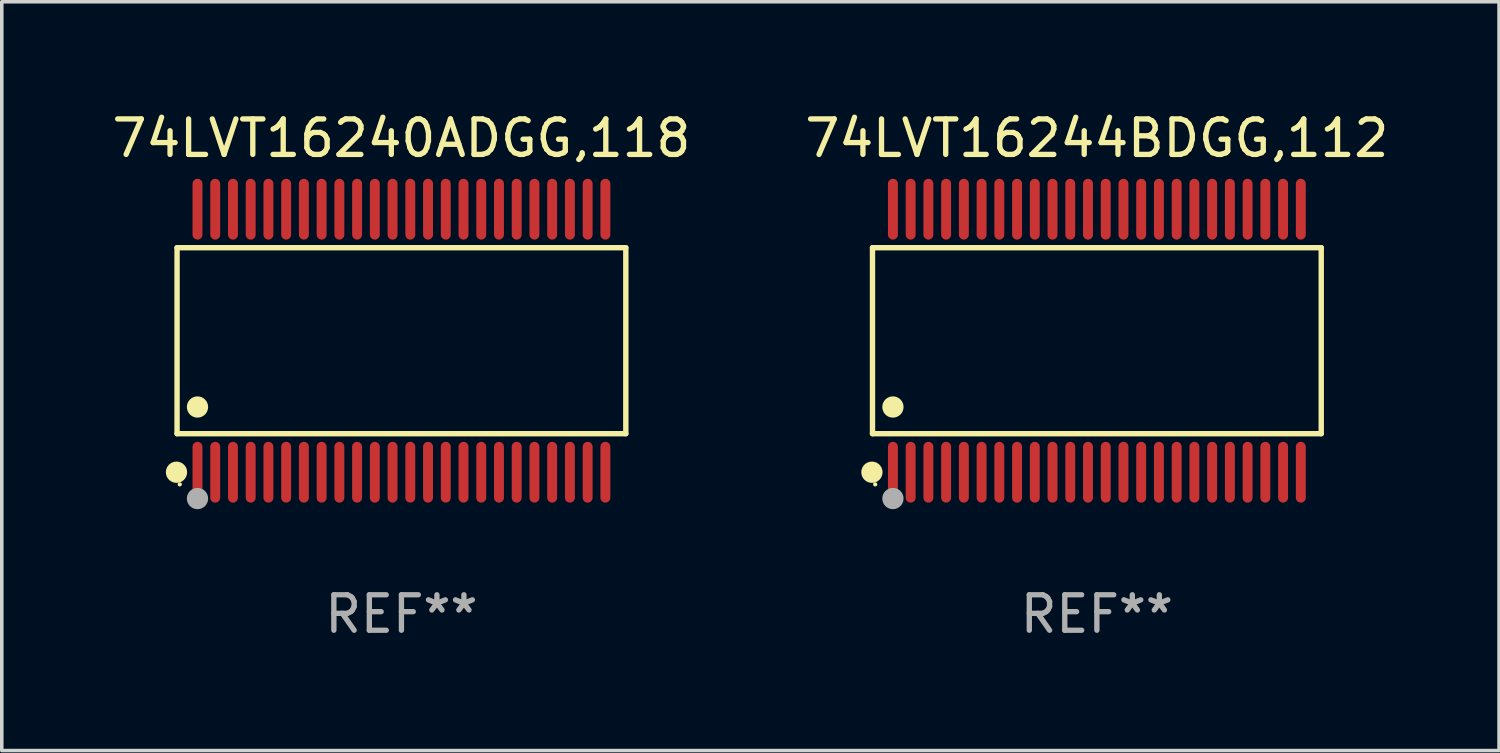
<source format=kicad_pcb>
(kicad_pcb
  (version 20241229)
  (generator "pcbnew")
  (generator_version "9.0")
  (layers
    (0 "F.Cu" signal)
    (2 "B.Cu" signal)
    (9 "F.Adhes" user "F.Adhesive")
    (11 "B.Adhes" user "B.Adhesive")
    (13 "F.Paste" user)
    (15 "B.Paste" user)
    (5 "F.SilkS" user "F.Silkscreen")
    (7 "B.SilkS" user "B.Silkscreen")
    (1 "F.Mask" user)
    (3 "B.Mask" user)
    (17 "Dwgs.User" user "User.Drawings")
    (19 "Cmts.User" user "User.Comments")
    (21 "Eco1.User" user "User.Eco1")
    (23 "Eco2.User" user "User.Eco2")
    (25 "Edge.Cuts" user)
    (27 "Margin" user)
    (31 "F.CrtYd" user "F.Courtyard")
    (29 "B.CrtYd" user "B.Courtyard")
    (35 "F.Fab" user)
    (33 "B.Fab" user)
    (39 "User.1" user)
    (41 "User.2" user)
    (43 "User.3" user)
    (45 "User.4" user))
  (footprint "74LVT16240ADGG,118"
    (layer "F.Cu")
    (at 8.268 6.556)
    (property "Reference" "74LVT16240ADGG,118" (at 0 -5.708 0) (layer "F.SilkS") (effects (font (size 1 1) (thickness 0.15))))
    (attr through_hole)
    (fp_line (start -6.326 -2.622) (end 6.326 -2.622) (stroke (width 0.152) (type solid)) (layer "F.SilkS"))
    (fp_line (start -6.326 2.621) (end -6.326 -2.622) (stroke (width 0.152) (type solid)) (layer "F.SilkS"))
    (fp_line (start 6.326 -2.622) (end 6.326 2.621) (stroke (width 0.152) (type solid)) (layer "F.SilkS"))
    (fp_line (start 6.326 2.621) (end -6.326 2.621) (stroke (width 0.152) (type solid)) (layer "F.SilkS"))
    (fp_circle (center -6.342 3.708) (end -6.192 3.708) (stroke (width 0.3) (type solid)) (fill no) (layer "F.SilkS"))
    (fp_circle (center -6.25 4.05) (end -6.22 4.05) (stroke (width 0.06) (type solid)) (fill no) (layer "F.SilkS"))
    (fp_circle (center -5.75 1.869) (end -5.6 1.869) (stroke (width 0.3) (type solid)) (fill no) (layer "F.SilkS"))
    (fp_circle (center -5.75 4.45) (end -5.6 4.45) (stroke (width 0.3) (type solid)) (fill no) (layer "F.Fab"))
    (fp_text user "REF**" (at 0 7.708 0) (layer "F.Fab") (effects (font (size 1 1) (thickness 0.15))))
    (pad "1" smd oval (at -5.75 3.708) (size 0.28 1.715) (layers "F.Cu" "F.Mask" "F.Paste"))
    (pad "2" smd oval (at -5.25 3.708) (size 0.28 1.715) (layers "F.Cu" "F.Mask" "F.Paste"))
    (pad "3" smd oval (at -4.75 3.708) (size 0.28 1.715) (layers "F.Cu" "F.Mask" "F.Paste"))
    (pad "4" smd oval (at -4.25 3.708) (size 0.28 1.715) (layers "F.Cu" "F.Mask" "F.Paste"))
    (pad "5" smd oval (at -3.75 3.708) (size 0.28 1.715) (layers "F.Cu" "F.Mask" "F.Paste"))
    (pad "6" smd oval (at -3.25 3.708) (size 0.28 1.715) (layers "F.Cu" "F.Mask" "F.Paste"))
    (pad "7" smd oval (at -2.75 3.708) (size 0.28 1.715) (layers "F.Cu" "F.Mask" "F.Paste"))
    (pad "8" smd oval (at -2.25 3.708) (size 0.28 1.715) (layers "F.Cu" "F.Mask" "F.Paste"))
    (pad "9" smd oval (at -1.75 3.708) (size 0.28 1.715) (layers "F.Cu" "F.Mask" "F.Paste"))
    (pad "10" smd oval (at -1.25 3.708) (size 0.28 1.715) (layers "F.Cu" "F.Mask" "F.Paste"))
    (pad "11" smd oval (at -0.75 3.708) (size 0.28 1.715) (layers "F.Cu" "F.Mask" "F.Paste"))
    (pad "12" smd oval (at -0.25 3.708) (size 0.28 1.715) (layers "F.Cu" "F.Mask" "F.Paste"))
    (pad "13" smd oval (at 0.25 3.708) (size 0.28 1.715) (layers "F.Cu" "F.Mask" "F.Paste"))
    (pad "14" smd oval (at 0.75 3.708) (size 0.28 1.715) (layers "F.Cu" "F.Mask" "F.Paste"))
    (pad "15" smd oval (at 1.25 3.708) (size 0.28 1.715) (layers "F.Cu" "F.Mask" "F.Paste"))
    (pad "16" smd oval (at 1.75 3.708) (size 0.28 1.715) (layers "F.Cu" "F.Mask" "F.Paste"))
    (pad "17" smd oval (at 2.25 3.708) (size 0.28 1.715) (layers "F.Cu" "F.Mask" "F.Paste"))
    (pad "18" smd oval (at 2.75 3.708) (size 0.28 1.715) (layers "F.Cu" "F.Mask" "F.Paste"))
    (pad "19" smd oval (at 3.25 3.708) (size 0.28 1.715) (layers "F.Cu" "F.Mask" "F.Paste"))
    (pad "20" smd oval (at 3.75 3.708) (size 0.28 1.715) (layers "F.Cu" "F.Mask" "F.Paste"))
    (pad "21" smd oval (at 4.25 3.708) (size 0.28 1.715) (layers "F.Cu" "F.Mask" "F.Paste"))
    (pad "22" smd oval (at 4.75 3.708) (size 0.28 1.715) (layers "F.Cu" "F.Mask" "F.Paste"))
    (pad "23" smd oval (at 5.25 3.708) (size 0.28 1.715) (layers "F.Cu" "F.Mask" "F.Paste"))
    (pad "24" smd oval (at 5.75 3.708) (size 0.28 1.715) (layers "F.Cu" "F.Mask" "F.Paste"))
    (pad "25" smd oval (at 5.75 -3.708) (size 0.28 1.715) (layers "F.Cu" "F.Mask" "F.Paste"))
    (pad "26" smd oval (at 5.25 -3.708) (size 0.28 1.715) (layers "F.Cu" "F.Mask" "F.Paste"))
    (pad "27" smd oval (at 4.75 -3.708) (size 0.28 1.715) (layers "F.Cu" "F.Mask" "F.Paste"))
    (pad "28" smd oval (at 4.25 -3.708) (size 0.28 1.715) (layers "F.Cu" "F.Mask" "F.Paste"))
    (pad "29" smd oval (at 3.75 -3.708) (size 0.28 1.715) (layers "F.Cu" "F.Mask" "F.Paste"))
    (pad "30" smd oval (at 3.25 -3.708) (size 0.28 1.715) (layers "F.Cu" "F.Mask" "F.Paste"))
    (pad "31" smd oval (at 2.75 -3.708) (size 0.28 1.715) (layers "F.Cu" "F.Mask" "F.Paste"))
    (pad "32" smd oval (at 2.25 -3.708) (size 0.28 1.715) (layers "F.Cu" "F.Mask" "F.Paste"))
    (pad "33" smd oval (at 1.75 -3.708) (size 0.28 1.715) (layers "F.Cu" "F.Mask" "F.Paste"))
    (pad "34" smd oval (at 1.25 -3.708) (size 0.28 1.715) (layers "F.Cu" "F.Mask" "F.Paste"))
    (pad "35" smd oval (at 0.75 -3.708) (size 0.28 1.715) (layers "F.Cu" "F.Mask" "F.Paste"))
    (pad "36" smd oval (at 0.25 -3.708) (size 0.28 1.715) (layers "F.Cu" "F.Mask" "F.Paste"))
    (pad "37" smd oval (at -0.25 -3.708) (size 0.28 1.715) (layers "F.Cu" "F.Mask" "F.Paste"))
    (pad "38" smd oval (at -0.75 -3.708) (size 0.28 1.715) (layers "F.Cu" "F.Mask" "F.Paste"))
    (pad "39" smd oval (at -1.25 -3.708) (size 0.28 1.715) (layers "F.Cu" "F.Mask" "F.Paste"))
    (pad "40" smd oval (at -1.75 -3.708) (size 0.28 1.715) (layers "F.Cu" "F.Mask" "F.Paste"))
    (pad "41" smd oval (at -2.25 -3.708) (size 0.28 1.715) (layers "F.Cu" "F.Mask" "F.Paste"))
    (pad "42" smd oval (at -2.75 -3.708) (size 0.28 1.715) (layers "F.Cu" "F.Mask" "F.Paste"))
    (pad "43" smd oval (at -3.25 -3.708) (size 0.28 1.715) (layers "F.Cu" "F.Mask" "F.Paste"))
    (pad "44" smd oval (at -3.75 -3.708) (size 0.28 1.715) (layers "F.Cu" "F.Mask" "F.Paste"))
    (pad "45" smd oval (at -4.25 -3.708) (size 0.28 1.715) (layers "F.Cu" "F.Mask" "F.Paste"))
    (pad "46" smd oval (at -4.75 -3.708) (size 0.28 1.715) (layers "F.Cu" "F.Mask" "F.Paste"))
    (pad "47" smd oval (at -5.25 -3.708) (size 0.28 1.715) (layers "F.Cu" "F.Mask" "F.Paste"))
    (pad "48" smd oval (at -5.75 -3.708) (size 0.28 1.715) (layers "F.Cu" "F.Mask" "F.Paste")))
  (footprint "74LVT16244BDGG,112"
    (layer "F.Cu")
    (at 27.875 6.556)
    (property "Reference" "74LVT16244BDGG,112" (at 0 -5.708 0) (layer "F.SilkS") (effects (font (size 1 1) (thickness 0.15))))
    (attr through_hole)
    (fp_line (start -6.326 -2.622) (end 6.326 -2.622) (stroke (width 0.152) (type solid)) (layer "F.SilkS"))
    (fp_line (start -6.326 2.621) (end -6.326 -2.622) (stroke (width 0.152) (type solid)) (layer "F.SilkS"))
    (fp_line (start 6.326 -2.622) (end 6.326 2.621) (stroke (width 0.152) (type solid)) (layer "F.SilkS"))
    (fp_line (start 6.326 2.621) (end -6.326 2.621) (stroke (width 0.152) (type solid)) (layer "F.SilkS"))
    (fp_circle (center -6.342 3.708) (end -6.192 3.708) (stroke (width 0.3) (type solid)) (fill no) (layer "F.SilkS"))
    (fp_circle (center -6.25 4.05) (end -6.22 4.05) (stroke (width 0.06) (type solid)) (fill no) (layer "F.SilkS"))
    (fp_circle (center -5.75 1.869) (end -5.6 1.869) (stroke (width 0.3) (type solid)) (fill no) (layer "F.SilkS"))
    (fp_circle (center -5.75 4.45) (end -5.6 4.45) (stroke (width 0.3) (type solid)) (fill no) (layer "F.Fab"))
    (fp_text user "REF**" (at 0 7.708 0) (layer "F.Fab") (effects (font (size 1 1) (thickness 0.15))))
    (pad "1" smd oval (at -5.75 3.708) (size 0.28 1.715) (layers "F.Cu" "F.Mask" "F.Paste"))
    (pad "2" smd oval (at -5.25 3.708) (size 0.28 1.715) (layers "F.Cu" "F.Mask" "F.Paste"))
    (pad "3" smd oval (at -4.75 3.708) (size 0.28 1.715) (layers "F.Cu" "F.Mask" "F.Paste"))
    (pad "4" smd oval (at -4.25 3.708) (size 0.28 1.715) (layers "F.Cu" "F.Mask" "F.Paste"))
    (pad "5" smd oval (at -3.75 3.708) (size 0.28 1.715) (layers "F.Cu" "F.Mask" "F.Paste"))
    (pad "6" smd oval (at -3.25 3.708) (size 0.28 1.715) (layers "F.Cu" "F.Mask" "F.Paste"))
    (pad "7" smd oval (at -2.75 3.708) (size 0.28 1.715) (layers "F.Cu" "F.Mask" "F.Paste"))
    (pad "8" smd oval (at -2.25 3.708) (size 0.28 1.715) (layers "F.Cu" "F.Mask" "F.Paste"))
    (pad "9" smd oval (at -1.75 3.708) (size 0.28 1.715) (layers "F.Cu" "F.Mask" "F.Paste"))
    (pad "10" smd oval (at -1.25 3.708) (size 0.28 1.715) (layers "F.Cu" "F.Mask" "F.Paste"))
    (pad "11" smd oval (at -0.75 3.708) (size 0.28 1.715) (layers "F.Cu" "F.Mask" "F.Paste"))
    (pad "12" smd oval (at -0.25 3.708) (size 0.28 1.715) (layers "F.Cu" "F.Mask" "F.Paste"))
    (pad "13" smd oval (at 0.25 3.708) (size 0.28 1.715) (layers "F.Cu" "F.Mask" "F.Paste"))
    (pad "14" smd oval (at 0.75 3.708) (size 0.28 1.715) (layers "F.Cu" "F.Mask" "F.Paste"))
    (pad "15" smd oval (at 1.25 3.708) (size 0.28 1.715) (layers "F.Cu" "F.Mask" "F.Paste"))
    (pad "16" smd oval (at 1.75 3.708) (size 0.28 1.715) (layers "F.Cu" "F.Mask" "F.Paste"))
    (pad "17" smd oval (at 2.25 3.708) (size 0.28 1.715) (layers "F.Cu" "F.Mask" "F.Paste"))
    (pad "18" smd oval (at 2.75 3.708) (size 0.28 1.715) (layers "F.Cu" "F.Mask" "F.Paste"))
    (pad "19" smd oval (at 3.25 3.708) (size 0.28 1.715) (layers "F.Cu" "F.Mask" "F.Paste"))
    (pad "20" smd oval (at 3.75 3.708) (size 0.28 1.715) (layers "F.Cu" "F.Mask" "F.Paste"))
    (pad "21" smd oval (at 4.25 3.708) (size 0.28 1.715) (layers "F.Cu" "F.Mask" "F.Paste"))
    (pad "22" smd oval (at 4.75 3.708) (size 0.28 1.715) (layers "F.Cu" "F.Mask" "F.Paste"))
    (pad "23" smd oval (at 5.25 3.708) (size 0.28 1.715) (layers "F.Cu" "F.Mask" "F.Paste"))
    (pad "24" smd oval (at 5.75 3.708) (size 0.28 1.715) (layers "F.Cu" "F.Mask" "F.Paste"))
    (pad "25" smd oval (at 5.75 -3.708) (size 0.28 1.715) (layers "F.Cu" "F.Mask" "F.Paste"))
    (pad "26" smd oval (at 5.25 -3.708) (size 0.28 1.715) (layers "F.Cu" "F.Mask" "F.Paste"))
    (pad "27" smd oval (at 4.75 -3.708) (size 0.28 1.715) (layers "F.Cu" "F.Mask" "F.Paste"))
    (pad "28" smd oval (at 4.25 -3.708) (size 0.28 1.715) (layers "F.Cu" "F.Mask" "F.Paste"))
    (pad "29" smd oval (at 3.75 -3.708) (size 0.28 1.715) (layers "F.Cu" "F.Mask" "F.Paste"))
    (pad "30" smd oval (at 3.25 -3.708) (size 0.28 1.715) (layers "F.Cu" "F.Mask" "F.Paste"))
    (pad "31" smd oval (at 2.75 -3.708) (size 0.28 1.715) (layers "F.Cu" "F.Mask" "F.Paste"))
    (pad "32" smd oval (at 2.25 -3.708) (size 0.28 1.715) (layers "F.Cu" "F.Mask" "F.Paste"))
    (pad "33" smd oval (at 1.75 -3.708) (size 0.28 1.715) (layers "F.Cu" "F.Mask" "F.Paste"))
    (pad "34" smd oval (at 1.25 -3.708) (size 0.28 1.715) (layers "F.Cu" "F.Mask" "F.Paste"))
    (pad "35" smd oval (at 0.75 -3.708) (size 0.28 1.715) (layers "F.Cu" "F.Mask" "F.Paste"))
    (pad "36" smd oval (at 0.25 -3.708) (size 0.28 1.715) (layers "F.Cu" "F.Mask" "F.Paste"))
    (pad "37" smd oval (at -0.25 -3.708) (size 0.28 1.715) (layers "F.Cu" "F.Mask" "F.Paste"))
    (pad "38" smd oval (at -0.75 -3.708) (size 0.28 1.715) (layers "F.Cu" "F.Mask" "F.Paste"))
    (pad "39" smd oval (at -1.25 -3.708) (size 0.28 1.715) (layers "F.Cu" "F.Mask" "F.Paste"))
    (pad "40" smd oval (at -1.75 -3.708) (size 0.28 1.715) (layers "F.Cu" "F.Mask" "F.Paste"))
    (pad "41" smd oval (at -2.25 -3.708) (size 0.28 1.715) (layers "F.Cu" "F.Mask" "F.Paste"))
    (pad "42" smd oval (at -2.75 -3.708) (size 0.28 1.715) (layers "F.Cu" "F.Mask" "F.Paste"))
    (pad "43" smd oval (at -3.25 -3.708) (size 0.28 1.715) (layers "F.Cu" "F.Mask" "F.Paste"))
    (pad "44" smd oval (at -3.75 -3.708) (size 0.28 1.715) (layers "F.Cu" "F.Mask" "F.Paste"))
    (pad "45" smd oval (at -4.25 -3.708) (size 0.28 1.715) (layers "F.Cu" "F.Mask" "F.Paste"))
    (pad "46" smd oval (at -4.75 -3.708) (size 0.28 1.715) (layers "F.Cu" "F.Mask" "F.Paste"))
    (pad "47" smd oval (at -5.25 -3.708) (size 0.28 1.715) (layers "F.Cu" "F.Mask" "F.Paste"))
    (pad "48" smd oval (at -5.75 -3.708) (size 0.28 1.715) (layers "F.Cu" "F.Mask" "F.Paste")))
  (gr_rect
    (start -3 -3)
    (end 39.214 18.112)
    (stroke (width 0.1) (type default))
    (fill no)
    (layer "Edge.Cuts")))
</source>
